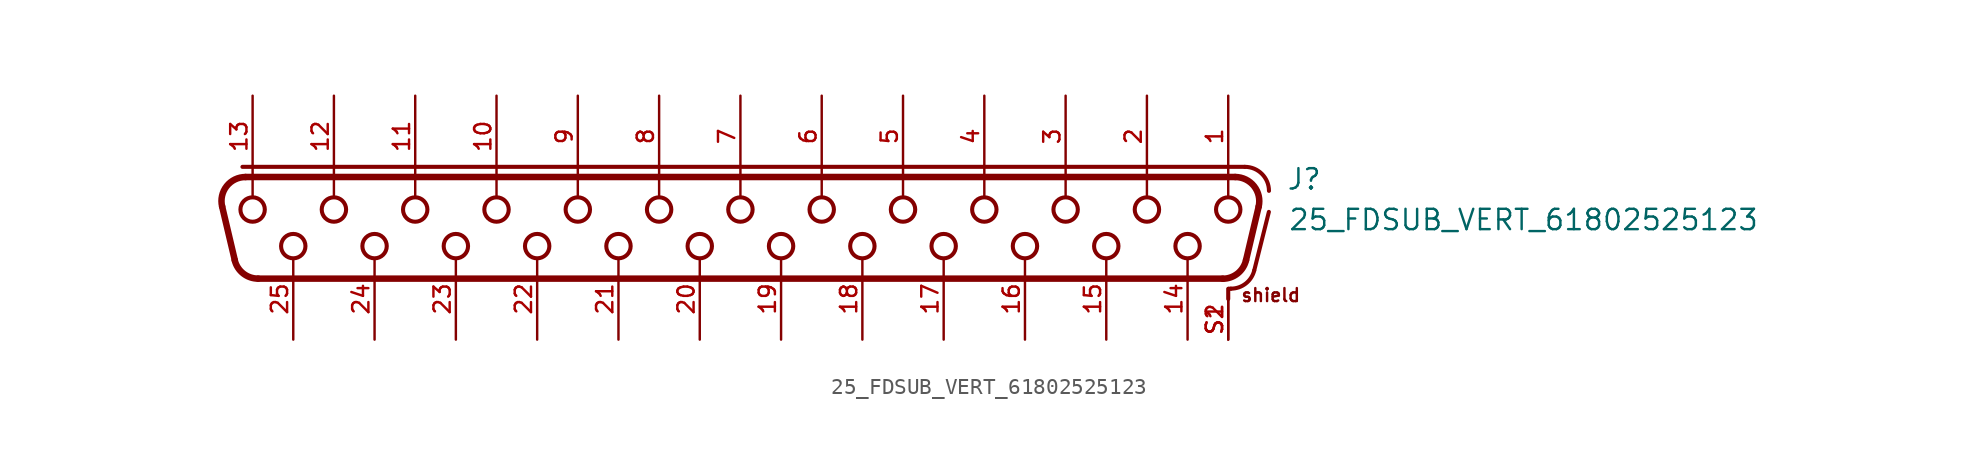
<source format=kicad_sym>
(kicad_symbol_lib
  (version 20241209)
  (generator "kicad_symbol_editor")
  (generator_version "9.0")
  (symbol "25_FDSUB_VERT_61802525123"
    (pin_names
      (offset 1.016))
    (property "Reference" "J"
      (at 34.1 1.66 0)
      (effects (font (size 1.27 1.27)) (justify left bottom)))
    (property "Value" "25_FDSUB_VERT_61802525123"
      (at 34.2 -0.88 0)
      (effects (font (size 1.27 1.27)) (justify left bottom)))
    (symbol "25_FDSUB_VERT_61802525123_0_0"
      (polyline (pts (xy -31.593 -2.655) (xy -32.384 0.695)) (stroke (width 0.406) (type default)) (fill (type none)))
      (polyline (pts (xy -31.115 3.175) (xy 31.52 3.175)) (stroke (width 0.254) (type default)) (fill (type none)))
      (polyline (pts (xy -30.924 2.54) (xy 30.924 2.54)) (stroke (width 0.406) (type default)) (fill (type none)))
      (arc (start -32.3842 0.6952) (mid -32.0983 1.9738) (end -30.9244 2.54) (stroke (width 0.4064) (type default)) (fill (type none)))
      (polyline (pts (xy -30.48 2.58) (xy -30.48 1.3)) (stroke (width 0.152) (type default)) (fill (type none)))
      (circle (center -30.48 0.508) (radius 0.762) (stroke (width 0.254) (type default)) (fill (type none)))
      (arc (start -30.1331 -3.81) (mid -31.0639 -3.4862) (end -31.5929 -2.6548) (stroke (width 0.4064) (type default)) (fill (type none)))
      (circle (center -27.94 -1.778) (radius 0.762) (stroke (width 0.254) (type default)) (fill (type none)))
      (polyline (pts (xy -25.4 2.58) (xy -25.4 1.3)) (stroke (width 0.152) (type default)) (fill (type none)))
      (circle (center -25.4 0.508) (radius 0.762) (stroke (width 0.254) (type default)) (fill (type none)))
      (circle (center -22.86 -1.778) (radius 0.762) (stroke (width 0.254) (type default)) (fill (type none)))
      (polyline (pts (xy -20.32 2.58) (xy -20.32 1.3)) (stroke (width 0.152) (type default)) (fill (type none)))
      (circle (center -20.32 0.508) (radius 0.762) (stroke (width 0.254) (type default)) (fill (type none)))
      (circle (center -17.78 -1.778) (radius 0.762) (stroke (width 0.254) (type default)) (fill (type none)))
      (polyline (pts (xy -15.24 2.58) (xy -15.24 1.3)) (stroke (width 0.152) (type default)) (fill (type none)))
      (circle (center -15.24 0.508) (radius 0.762) (stroke (width 0.254) (type default)) (fill (type none)))
      (circle (center -12.7 -1.778) (radius 0.762) (stroke (width 0.254) (type default)) (fill (type none)))
      (polyline (pts (xy -10.16 2.58) (xy -10.16 1.3)) (stroke (width 0.152) (type default)) (fill (type none)))
      (circle (center -10.16 0.508) (radius 0.762) (stroke (width 0.254) (type default)) (fill (type none)))
      (circle (center -7.62 -1.778) (radius 0.762) (stroke (width 0.254) (type default)) (fill (type none)))
      (polyline (pts (xy -5.08 2.58) (xy -5.08 1.3)) (stroke (width 0.152) (type default)) (fill (type none)))
      (circle (center -5.08 0.508) (radius 0.762) (stroke (width 0.254) (type default)) (fill (type none)))
      (circle (center -2.54 -1.778) (radius 0.762) (stroke (width 0.254) (type default)) (fill (type none)))
      (polyline (pts (xy 0 2.58) (xy 0 1.3)) (stroke (width 0.152) (type default)) (fill (type none)))
      (circle (center 0 0.508) (radius 0.762) (stroke (width 0.254) (type default)) (fill (type none)))
      (circle (center 2.54 -1.778) (radius 0.762) (stroke (width 0.254) (type default)) (fill (type none)))
      (polyline (pts (xy 5.08 2.58) (xy 5.08 1.3)) (stroke (width 0.152) (type default)) (fill (type none)))
      (circle (center 5.08 0.508) (radius 0.762) (stroke (width 0.254) (type default)) (fill (type none)))
      (circle (center 7.62 -1.778) (radius 0.762) (stroke (width 0.254) (type default)) (fill (type none)))
      (polyline (pts (xy 10.16 2.58) (xy 10.16 1.3)) (stroke (width 0.152) (type default)) (fill (type none)))
      (circle (center 10.16 0.508) (radius 0.762) (stroke (width 0.254) (type default)) (fill (type none)))
      (circle (center 12.7 -1.778) (radius 0.762) (stroke (width 0.254) (type default)) (fill (type none)))
      (polyline (pts (xy 15.24 2.58) (xy 15.24 1.3)) (stroke (width 0.152) (type default)) (fill (type none)))
      (circle (center 15.24 0.508) (radius 0.762) (stroke (width 0.254) (type default)) (fill (type none)))
      (circle (center 17.78 -1.778) (radius 0.762) (stroke (width 0.254) (type default)) (fill (type none)))
      (polyline (pts (xy 20.32 2.58) (xy 20.32 1.3)) (stroke (width 0.152) (type default)) (fill (type none)))
      (circle (center 20.32 0.508) (radius 0.762) (stroke (width 0.254) (type default)) (fill (type none)))
      (circle (center 22.86 -1.778) (radius 0.762) (stroke (width 0.254) (type default)) (fill (type none)))
      (polyline (pts (xy 25.4 2.58) (xy 25.4 1.3)) (stroke (width 0.152) (type default)) (fill (type none)))
      (circle (center 25.4 0.508) (radius 0.762) (stroke (width 0.254) (type default)) (fill (type none)))
      (circle (center 27.94 -1.778) (radius 0.762) (stroke (width 0.254) (type default)) (fill (type none)))
      (polyline (pts (xy 30.133 -3.81) (xy -30.133 -3.81)) (stroke (width 0.406) (type default)) (fill (type none)))
      (arc (start 31.5929 -2.6548) (mid 31.0642 -3.4874) (end 30.1331 -3.81) (stroke (width 0.4064) (type default)) (fill (type none)))
      (polyline (pts (xy 30.48 2.58) (xy 30.48 1.3)) (stroke (width 0.152) (type default)) (fill (type none)))
      (circle (center 30.48 0.508) (radius 0.762) (stroke (width 0.254) (type default)) (fill (type none)))
      (polyline (pts (xy 30.48 -4.445) (xy 30.48 -5.08)) (stroke (width 0.254) (type default)) (fill (type none)))
      (polyline (pts (xy 30.52 -4.44) (xy 30.649 -4.44)) (stroke (width 0.254) (type default)) (fill (type none)))
      (arc (start 32.1041 -3.3038) (mid 31.5723 -4.122) (end 30.6488 -4.44) (stroke (width 0.254) (type default)) (fill (type none)))
      (arc (start 30.9244 2.54) (mid 32.0973 1.9695) (end 32.3842 0.6952) (stroke (width 0.4064) (type default)) (fill (type none)))
      (arc (start 31.52 3.175) (mid 32.5807 2.7357) (end 33.02 1.675) (stroke (width 0.254) (type default)) (fill (type none)))
      (polyline (pts (xy 32.104 -3.304) (xy 33.02 0.36)) (stroke (width 0.254) (type default)) (fill (type none)))
      (polyline (pts (xy 32.384 0.695) (xy 31.593 -2.655)) (stroke (width 0.406) (type default)) (fill (type none)))
      (text "shield" (at 31.22 -5.32 0) (effects (font (size 0.813 0.813)) (justify left bottom)))
      (pin bidirectional line (at -30.48 7.62 270) (length 5.08) (name "~" (effects (font (size 1.016 1.016)))) (number "13" (effects (font (size 1.016 1.016)))))
      (pin bidirectional line (at -27.94 -7.62 90) (length 5.08) (name "~" (effects (font (size 1.016 1.016)))) (number "25" (effects (font (size 1.016 1.016)))))
      (pin bidirectional line (at -25.4 7.62 270) (length 5.08) (name "~" (effects (font (size 1.016 1.016)))) (number "12" (effects (font (size 1.016 1.016)))))
      (pin bidirectional line (at -22.86 -7.62 90) (length 5.08) (name "~" (effects (font (size 1.016 1.016)))) (number "24" (effects (font (size 1.016 1.016)))))
      (pin bidirectional line (at -20.32 7.62 270) (length 5.08) (name "~" (effects (font (size 1.016 1.016)))) (number "11" (effects (font (size 1.016 1.016)))))
      (pin bidirectional line (at -17.78 -7.62 90) (length 5.08) (name "~" (effects (font (size 1.016 1.016)))) (number "23" (effects (font (size 1.016 1.016)))))
      (pin bidirectional line (at -15.24 7.62 270) (length 5.08) (name "~" (effects (font (size 1.016 1.016)))) (number "10" (effects (font (size 1.016 1.016)))))
      (pin bidirectional line (at -12.7 -7.62 90) (length 5.08) (name "~" (effects (font (size 1.016 1.016)))) (number "22" (effects (font (size 1.016 1.016)))))
      (pin bidirectional line (at -10.16 7.62 270) (length 5.08) (name "~" (effects (font (size 1.016 1.016)))) (number "9" (effects (font (size 1.016 1.016)))))
      (pin bidirectional line (at -7.62 -7.62 90) (length 5.08) (name "~" (effects (font (size 1.016 1.016)))) (number "21" (effects (font (size 1.016 1.016)))))
      (pin bidirectional line (at -5.08 7.62 270) (length 5.08) (name "~" (effects (font (size 1.016 1.016)))) (number "8" (effects (font (size 1.016 1.016)))))
      (pin bidirectional line (at -2.54 -7.62 90) (length 5.08) (name "~" (effects (font (size 1.016 1.016)))) (number "20" (effects (font (size 1.016 1.016)))))
      (pin bidirectional line (at 0 7.62 270) (length 5.08) (name "~" (effects (font (size 1.016 1.016)))) (number "7" (effects (font (size 1.016 1.016)))))
      (pin bidirectional line (at 2.54 -7.62 90) (length 5.08) (name "~" (effects (font (size 1.016 1.016)))) (number "19" (effects (font (size 1.016 1.016)))))
      (pin bidirectional line (at 5.08 7.62 270) (length 5.08) (name "~" (effects (font (size 1.016 1.016)))) (number "6" (effects (font (size 1.016 1.016)))))
      (pin bidirectional line (at 7.62 -7.62 90) (length 5.08) (name "~" (effects (font (size 1.016 1.016)))) (number "18" (effects (font (size 1.016 1.016)))))
      (pin bidirectional line (at 10.16 7.62 270) (length 5.08) (name "~" (effects (font (size 1.016 1.016)))) (number "5" (effects (font (size 1.016 1.016)))))
      (pin bidirectional line (at 12.7 -7.62 90) (length 5.08) (name "~" (effects (font (size 1.016 1.016)))) (number "17" (effects (font (size 1.016 1.016)))))
      (pin bidirectional line (at 15.24 7.62 270) (length 5.08) (name "~" (effects (font (size 1.016 1.016)))) (number "4" (effects (font (size 1.016 1.016)))))
      (pin bidirectional line (at 17.78 -7.62 90) (length 5.08) (name "~" (effects (font (size 1.016 1.016)))) (number "16" (effects (font (size 1.016 1.016)))))
      (pin bidirectional line (at 20.32 7.62 270) (length 5.08) (name "~" (effects (font (size 1.016 1.016)))) (number "3" (effects (font (size 1.016 1.016)))))
      (pin bidirectional line (at 22.86 -7.62 90) (length 5.08) (name "~" (effects (font (size 1.016 1.016)))) (number "15" (effects (font (size 1.016 1.016)))))
      (pin bidirectional line (at 25.4 7.62 270) (length 5.08) (name "~" (effects (font (size 1.016 1.016)))) (number "2" (effects (font (size 1.016 1.016)))))
      (pin bidirectional line (at 27.94 -7.62 90) (length 5.08) (name "~" (effects (font (size 1.016 1.016)))) (number "14" (effects (font (size 1.016 1.016)))))
      (pin bidirectional line (at 30.48 7.62 270) (length 5.08) (name "~" (effects (font (size 1.016 1.016)))) (number "1" (effects (font (size 1.016 1.016)))))
      (pin bidirectional line (at 30.48 -7.62 90) (length 2.54) (name "~" (effects (font (size 1.016 1.016)))) (number "S1" (effects (font (size 1.016 1.016)))))
      (pin bidirectional line (at 30.48 -7.62 90) (length 2.54) (name "~" (effects (font (size 1.016 1.016)))) (number "S2" (effects (font (size 1.016 1.016))))))))
</source>
